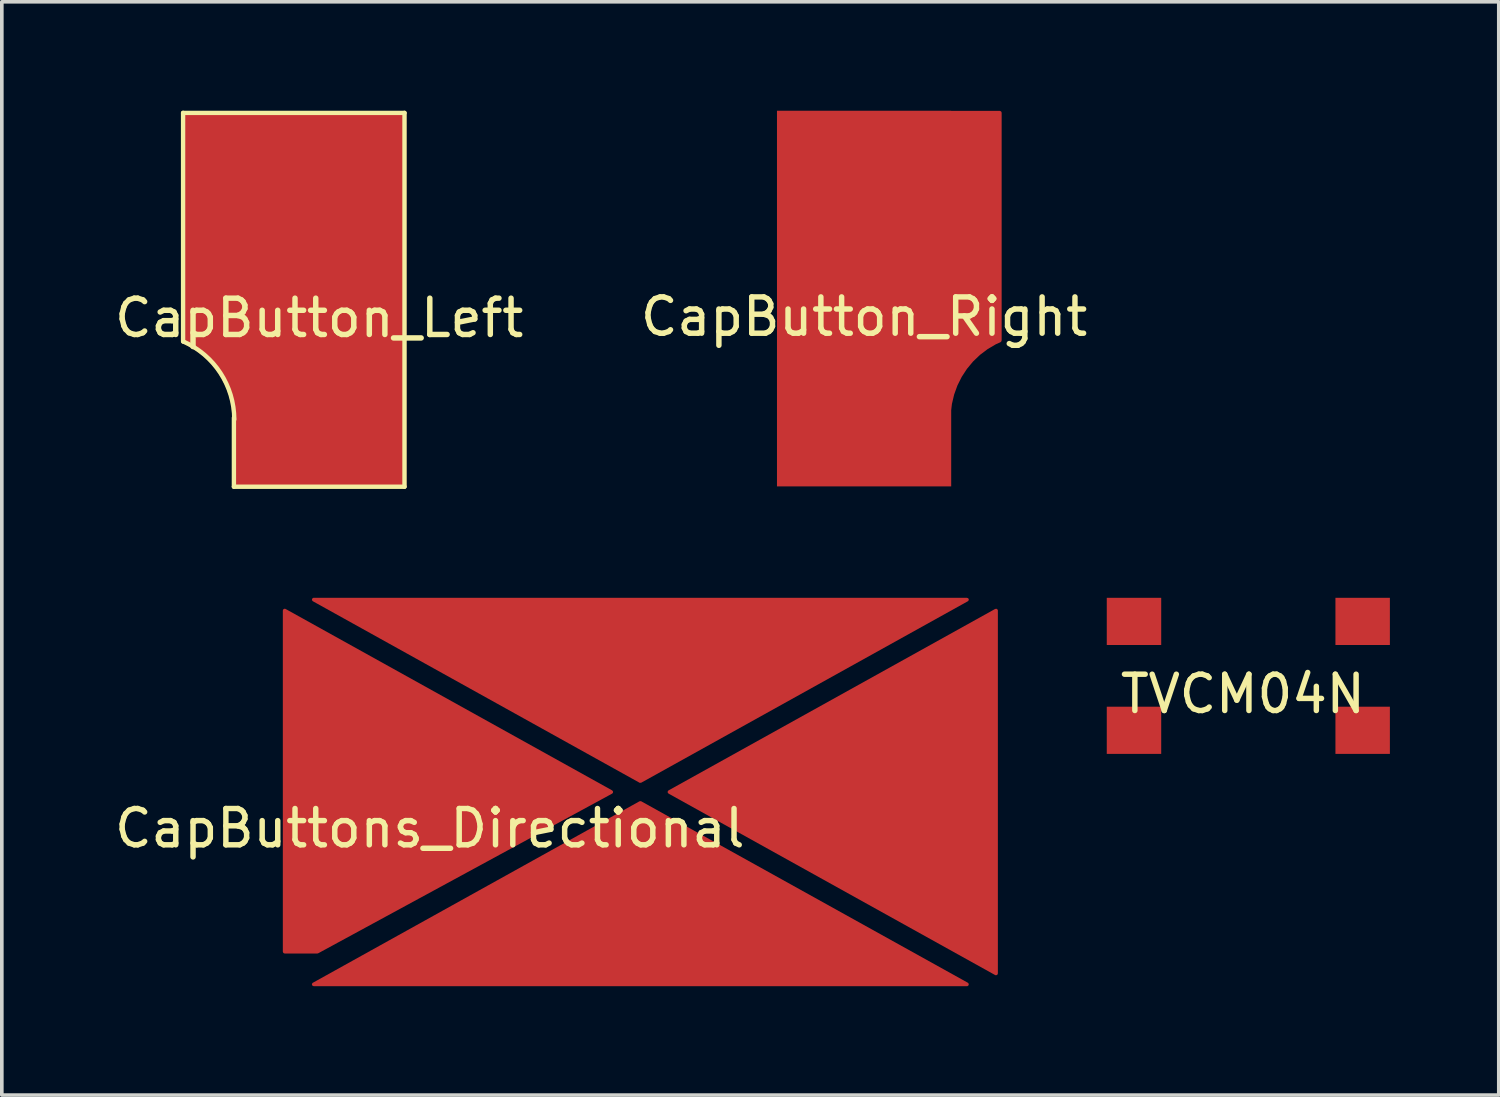
<source format=kicad_pcb>
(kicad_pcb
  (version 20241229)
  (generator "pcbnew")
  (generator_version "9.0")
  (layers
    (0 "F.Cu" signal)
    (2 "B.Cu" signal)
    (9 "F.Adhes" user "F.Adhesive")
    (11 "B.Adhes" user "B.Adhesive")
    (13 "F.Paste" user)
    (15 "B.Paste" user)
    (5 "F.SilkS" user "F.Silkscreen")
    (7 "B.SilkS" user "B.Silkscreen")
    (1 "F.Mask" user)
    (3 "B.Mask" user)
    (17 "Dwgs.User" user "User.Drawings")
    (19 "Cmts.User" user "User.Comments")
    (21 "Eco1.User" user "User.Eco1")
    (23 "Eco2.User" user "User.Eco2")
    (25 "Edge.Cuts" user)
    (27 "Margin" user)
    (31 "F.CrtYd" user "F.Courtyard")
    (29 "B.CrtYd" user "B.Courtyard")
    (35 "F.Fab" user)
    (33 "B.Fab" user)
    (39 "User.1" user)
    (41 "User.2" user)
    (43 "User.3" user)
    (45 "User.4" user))
  (footprint "TVCM04N"
    (layer "F.Cu")
    (at 31.292 15.57)
    (property "Reference" "TVCM04N" (at -0.1 0.5 0) (layer "F.SilkS") (effects (font (size 1 1) (thickness 0.15))))
    (attr through_hole)
    (pad "1" smd rect (at -3.1 -1.5) (size 1.5 1.3) (layers "F.Cu" "F.Mask" "F.Paste"))
    (pad "1" smd rect (at 3.2 -1.5) (size 1.5 1.3) (layers "F.Cu" "F.Mask" "F.Paste"))
    (pad "2" smd rect (at -3.1 1.5) (size 1.5 1.3) (layers "F.Cu" "F.Mask" "F.Paste"))
    (pad "2" smd rect (at 3.2 1.5) (size 1.5 1.3) (layers "F.Cu" "F.Mask" "F.Paste")))
  (footprint "CapButton_Right"
    (layer "F.Cu")
    (at 20.756 5.175)
    (property "Reference" "CapButton_Right" (at 0 0.5 0) (layer "F.SilkS") (effects (font (size 1 1) (thickness 0.15))))
    (attr through_hole)
    (pad "1" smd custom (at 0 0) (size 4.8 10.35) (layers "F.Cu") (options (anchor rect)) (primitives (gr_line (start 2.23 3.3) (end 2.329 3.3) (width 0.12)) (gr_poly (pts (xy 3.74 1.15) (xy 3.48 1.2) (xy 3.23 1.4) (xy 3.03 1.55) (xy 2.63 2.05) (xy 2.43 2.55) (xy 2.38 2.75) (xy 2.23 3.08) (xy 2.22 -5.12) (xy 3.74 -5.12)) (width 0.1) (fill yes)) (gr_arc (start 2.329471 3.297486) (mid 2.711169 2.015983) (end 3.730001 1.150001) (width 0.12)) (gr_line (start 2.33 3.3) (end 2.27 3.64) (width 0.12)))))
  (footprint "CapButton_Left"
    (layer "F.Cu")
    (at 5.744 5.21)
    (property "Reference" "CapButton_Left" (at 0 0.5 0) (layer "F.SilkS") (effects (font (size 1 1) (thickness 0.15))))
    (attr through_hole)
    (fp_line (start -3.75 -5.15) (end -3.75 1.15) (stroke (width 0.12) (type solid)) (layer "F.SilkS"))
    (fp_line (start -3.75 -5.15) (end 2.35 -5.15) (stroke (width 0.12) (type solid)) (layer "F.SilkS"))
    (fp_line (start -2.35 5.15) (end -2.35 3.25) (stroke (width 0.12) (type solid)) (layer "F.SilkS"))
    (fp_line (start 2.35 -5.15) (end 2.35 5.15) (stroke (width 0.12) (type solid)) (layer "F.SilkS"))
    (fp_line (start 2.35 5.15) (end -2.35 5.15) (stroke (width 0.12) (type solid)) (layer "F.SilkS"))
    (fp_arc (start -3.74 1.15) (mid -2.721168 2.015982) (end -2.33947 3.297485) (stroke (width 0.12) (type solid)) (layer "F.SilkS"))
    (pad "1" smd custom (at 0 0) (size 4.8 10.35) (layers "F.Cu") (options (anchor rect)) (primitives (gr_poly (pts (xy -3.74 1.15) (xy -3.48 1.2) (xy -3.23 1.4) (xy -3.03 1.55) (xy -2.63 2.05) (xy -2.43 2.55) (xy -2.38 2.75) (xy -2.23 3.08) (xy -2.22 -5.12) (xy -3.74 -5.12)) (width 0.1) (fill yes)) (gr_arc (start -3.730001 1.150001) (mid -2.711169 2.015983) (end -2.329471 3.297486) (width 0.12)))))
  (footprint "CapButtons_Directional"
    (layer "F.Cu")
    (at 14.592 18.77)
    (property "Reference" "CapButtons_Directional" (at -5.8 1 0) (layer "F.SilkS") (effects (font (size 1 1) (thickness 0.15))))
    (attr through_hole)
    (pad "1" smd custom (at -8.9 0) (size 1.524 1.524) (layers "F.Cu") (options (anchor rect)) (primitives (gr_poly (pts (xy 8.1 0) (xy 0 4.4) (xy -0.9 4.4) (xy -0.9 -5)) (width 0.1) (fill yes))))
    (pad "2" smd custom (at 9 0) (size 1.524 1.524) (layers "F.Cu") (options (anchor rect)) (primitives (gr_poly (pts (xy 0.8 5) (xy -8.2 0) (xy 0.8 -5)) (width 0.1) (fill yes))))
    (pad "3" smd custom (at 0 -4.5) (size 1.524 1.524) (layers "F.Cu") (options (anchor rect)) (primitives (gr_poly (pts (xy 0 4.2) (xy -9 -0.8) (xy 9 -0.8)) (width 0.1) (fill yes))))
    (pad "4" smd custom (at 0 4.5) (size 1.524 1.524) (layers "F.Cu") (options (anchor rect)) (primitives (gr_poly (pts (xy 9 0.8) (xy -9 0.8) (xy 0 -4.2)) (width 0.1) (fill yes)))))
  (gr_rect
    (start -3 -3)
    (end 38.242 27.12)
    (stroke (width 0.1) (type default))
    (fill no)
    (layer "Edge.Cuts")))
</source>
